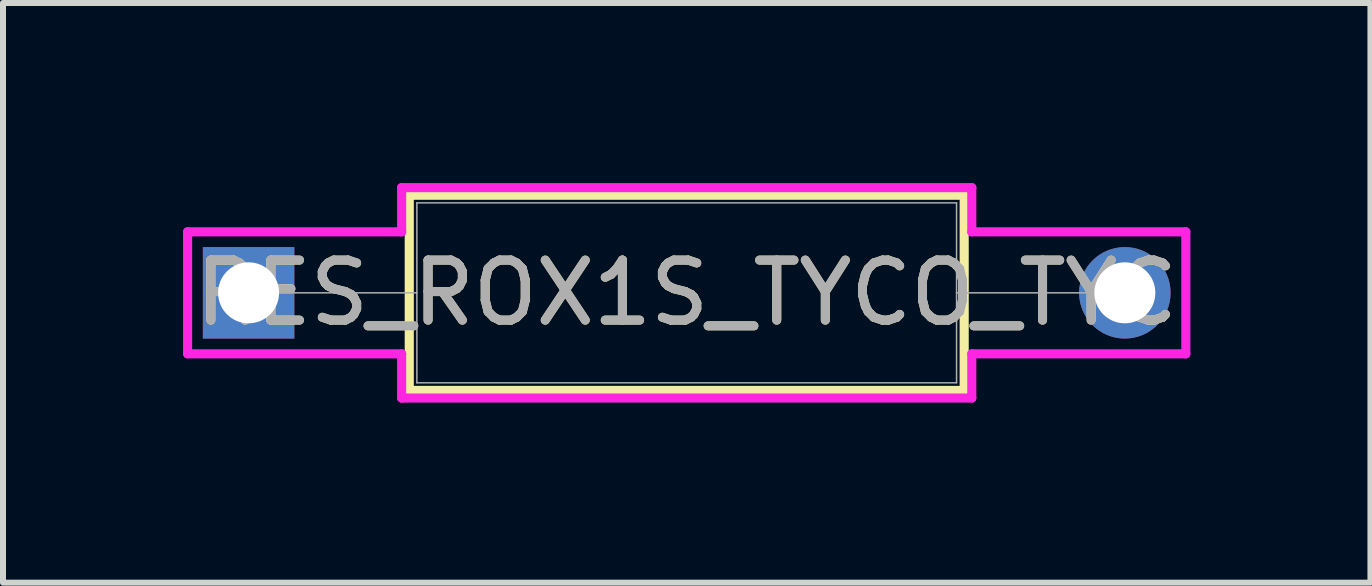
<source format=kicad_pcb>
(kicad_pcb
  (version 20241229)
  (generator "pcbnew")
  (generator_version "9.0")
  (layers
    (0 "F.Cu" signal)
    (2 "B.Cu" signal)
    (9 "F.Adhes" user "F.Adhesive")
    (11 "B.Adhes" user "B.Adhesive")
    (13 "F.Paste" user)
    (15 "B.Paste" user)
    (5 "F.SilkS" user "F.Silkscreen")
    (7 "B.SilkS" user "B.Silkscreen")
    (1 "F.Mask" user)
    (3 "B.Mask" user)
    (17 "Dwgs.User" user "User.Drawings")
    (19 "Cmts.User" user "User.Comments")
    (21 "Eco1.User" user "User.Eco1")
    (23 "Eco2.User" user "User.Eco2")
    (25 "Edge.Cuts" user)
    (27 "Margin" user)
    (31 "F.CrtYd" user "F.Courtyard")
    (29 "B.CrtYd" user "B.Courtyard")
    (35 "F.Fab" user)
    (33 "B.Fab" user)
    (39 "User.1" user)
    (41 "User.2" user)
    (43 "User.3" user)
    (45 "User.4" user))
  (footprint "RES_ROX1S_TYCO_TYC"
    (layer "F.Cu")
    (at 1.092 1.829)
    (property "Reference" "RES_ROX1S_TYCO_TYC" (at 7.3 0 0) (unlocked yes) (layer "F.SilkS") (effects (font (size 1 1) (thickness 0.15))))
    (attr through_hole)
    (fp_line (start 2.677 -1.626) (end 2.677 1.626) (stroke (width 0.152) (type solid)) (layer "F.SilkS"))
    (fp_line (start 2.677 1.626) (end 11.923 1.626) (stroke (width 0.152) (type solid)) (layer "F.SilkS"))
    (fp_line (start 11.923 -1.626) (end 2.677 -1.626) (stroke (width 0.152) (type solid)) (layer "F.SilkS"))
    (fp_line (start 11.923 1.626) (end 11.923 -1.626) (stroke (width 0.152) (type solid)) (layer "F.SilkS"))
    (fp_line (start -1.016 -1.016) (end 2.55 -1.016) (stroke (width 0.152) (type solid)) (layer "F.CrtYd"))
    (fp_line (start -1.016 1.016) (end -1.016 -1.016) (stroke (width 0.152) (type solid)) (layer "F.CrtYd"))
    (fp_line (start 2.55 -1.753) (end 12.05 -1.753) (stroke (width 0.152) (type solid)) (layer "F.CrtYd"))
    (fp_line (start 2.55 -1.016) (end 2.55 -1.753) (stroke (width 0.152) (type solid)) (layer "F.CrtYd"))
    (fp_line (start 2.55 1.016) (end -1.016 1.016) (stroke (width 0.152) (type solid)) (layer "F.CrtYd"))
    (fp_line (start 2.55 1.753) (end 2.55 1.016) (stroke (width 0.152) (type solid)) (layer "F.CrtYd"))
    (fp_line (start 12.05 -1.753) (end 12.05 -1.016) (stroke (width 0.152) (type solid)) (layer "F.CrtYd"))
    (fp_line (start 12.05 -1.016) (end 15.616 -1.016) (stroke (width 0.152) (type solid)) (layer "F.CrtYd"))
    (fp_line (start 12.05 1.016) (end 12.05 1.753) (stroke (width 0.152) (type solid)) (layer "F.CrtYd"))
    (fp_line (start 12.05 1.753) (end 2.55 1.753) (stroke (width 0.152) (type solid)) (layer "F.CrtYd"))
    (fp_line (start 15.616 -1.016) (end 15.616 1.016) (stroke (width 0.152) (type solid)) (layer "F.CrtYd"))
    (fp_line (start 15.616 1.016) (end 12.05 1.016) (stroke (width 0.152) (type solid)) (layer "F.CrtYd"))
    (fp_line (start 0 0) (end 2.804 0) (stroke (width 0.025) (type solid)) (layer "F.Fab"))
    (fp_line (start 2.804 -1.499) (end 2.804 1.499) (stroke (width 0.025) (type solid)) (layer "F.Fab"))
    (fp_line (start 2.804 1.499) (end 11.796 1.499) (stroke (width 0.025) (type solid)) (layer "F.Fab"))
    (fp_line (start 11.796 -1.499) (end 2.804 -1.499) (stroke (width 0.025) (type solid)) (layer "F.Fab"))
    (fp_line (start 11.796 1.499) (end 11.796 -1.499) (stroke (width 0.025) (type solid)) (layer "F.Fab"))
    (fp_line (start 14.6 0) (end 11.796 0) (stroke (width 0.025) (type solid)) (layer "F.Fab"))
    (fp_text user "${REFERENCE}" (at 7.3 0 0) (unlocked yes) (layer "F.Fab") (effects (font (size 1 1) (thickness 0.15))))
    (pad "1" thru_hole rect (at 0 0) (size 1.524 1.524) (drill 1.016) (layers "*.Cu" "*.Mask"))
    (pad "2" thru_hole circle (at 14.6 0) (size 1.524 1.524) (drill 1.016) (layers "*.Cu" "*.Mask")))
  (gr_rect
    (start -3 -3)
    (end 19.784 6.658)
    (stroke (width 0.1) (type default))
    (fill no)
    (layer "Edge.Cuts")))
</source>
